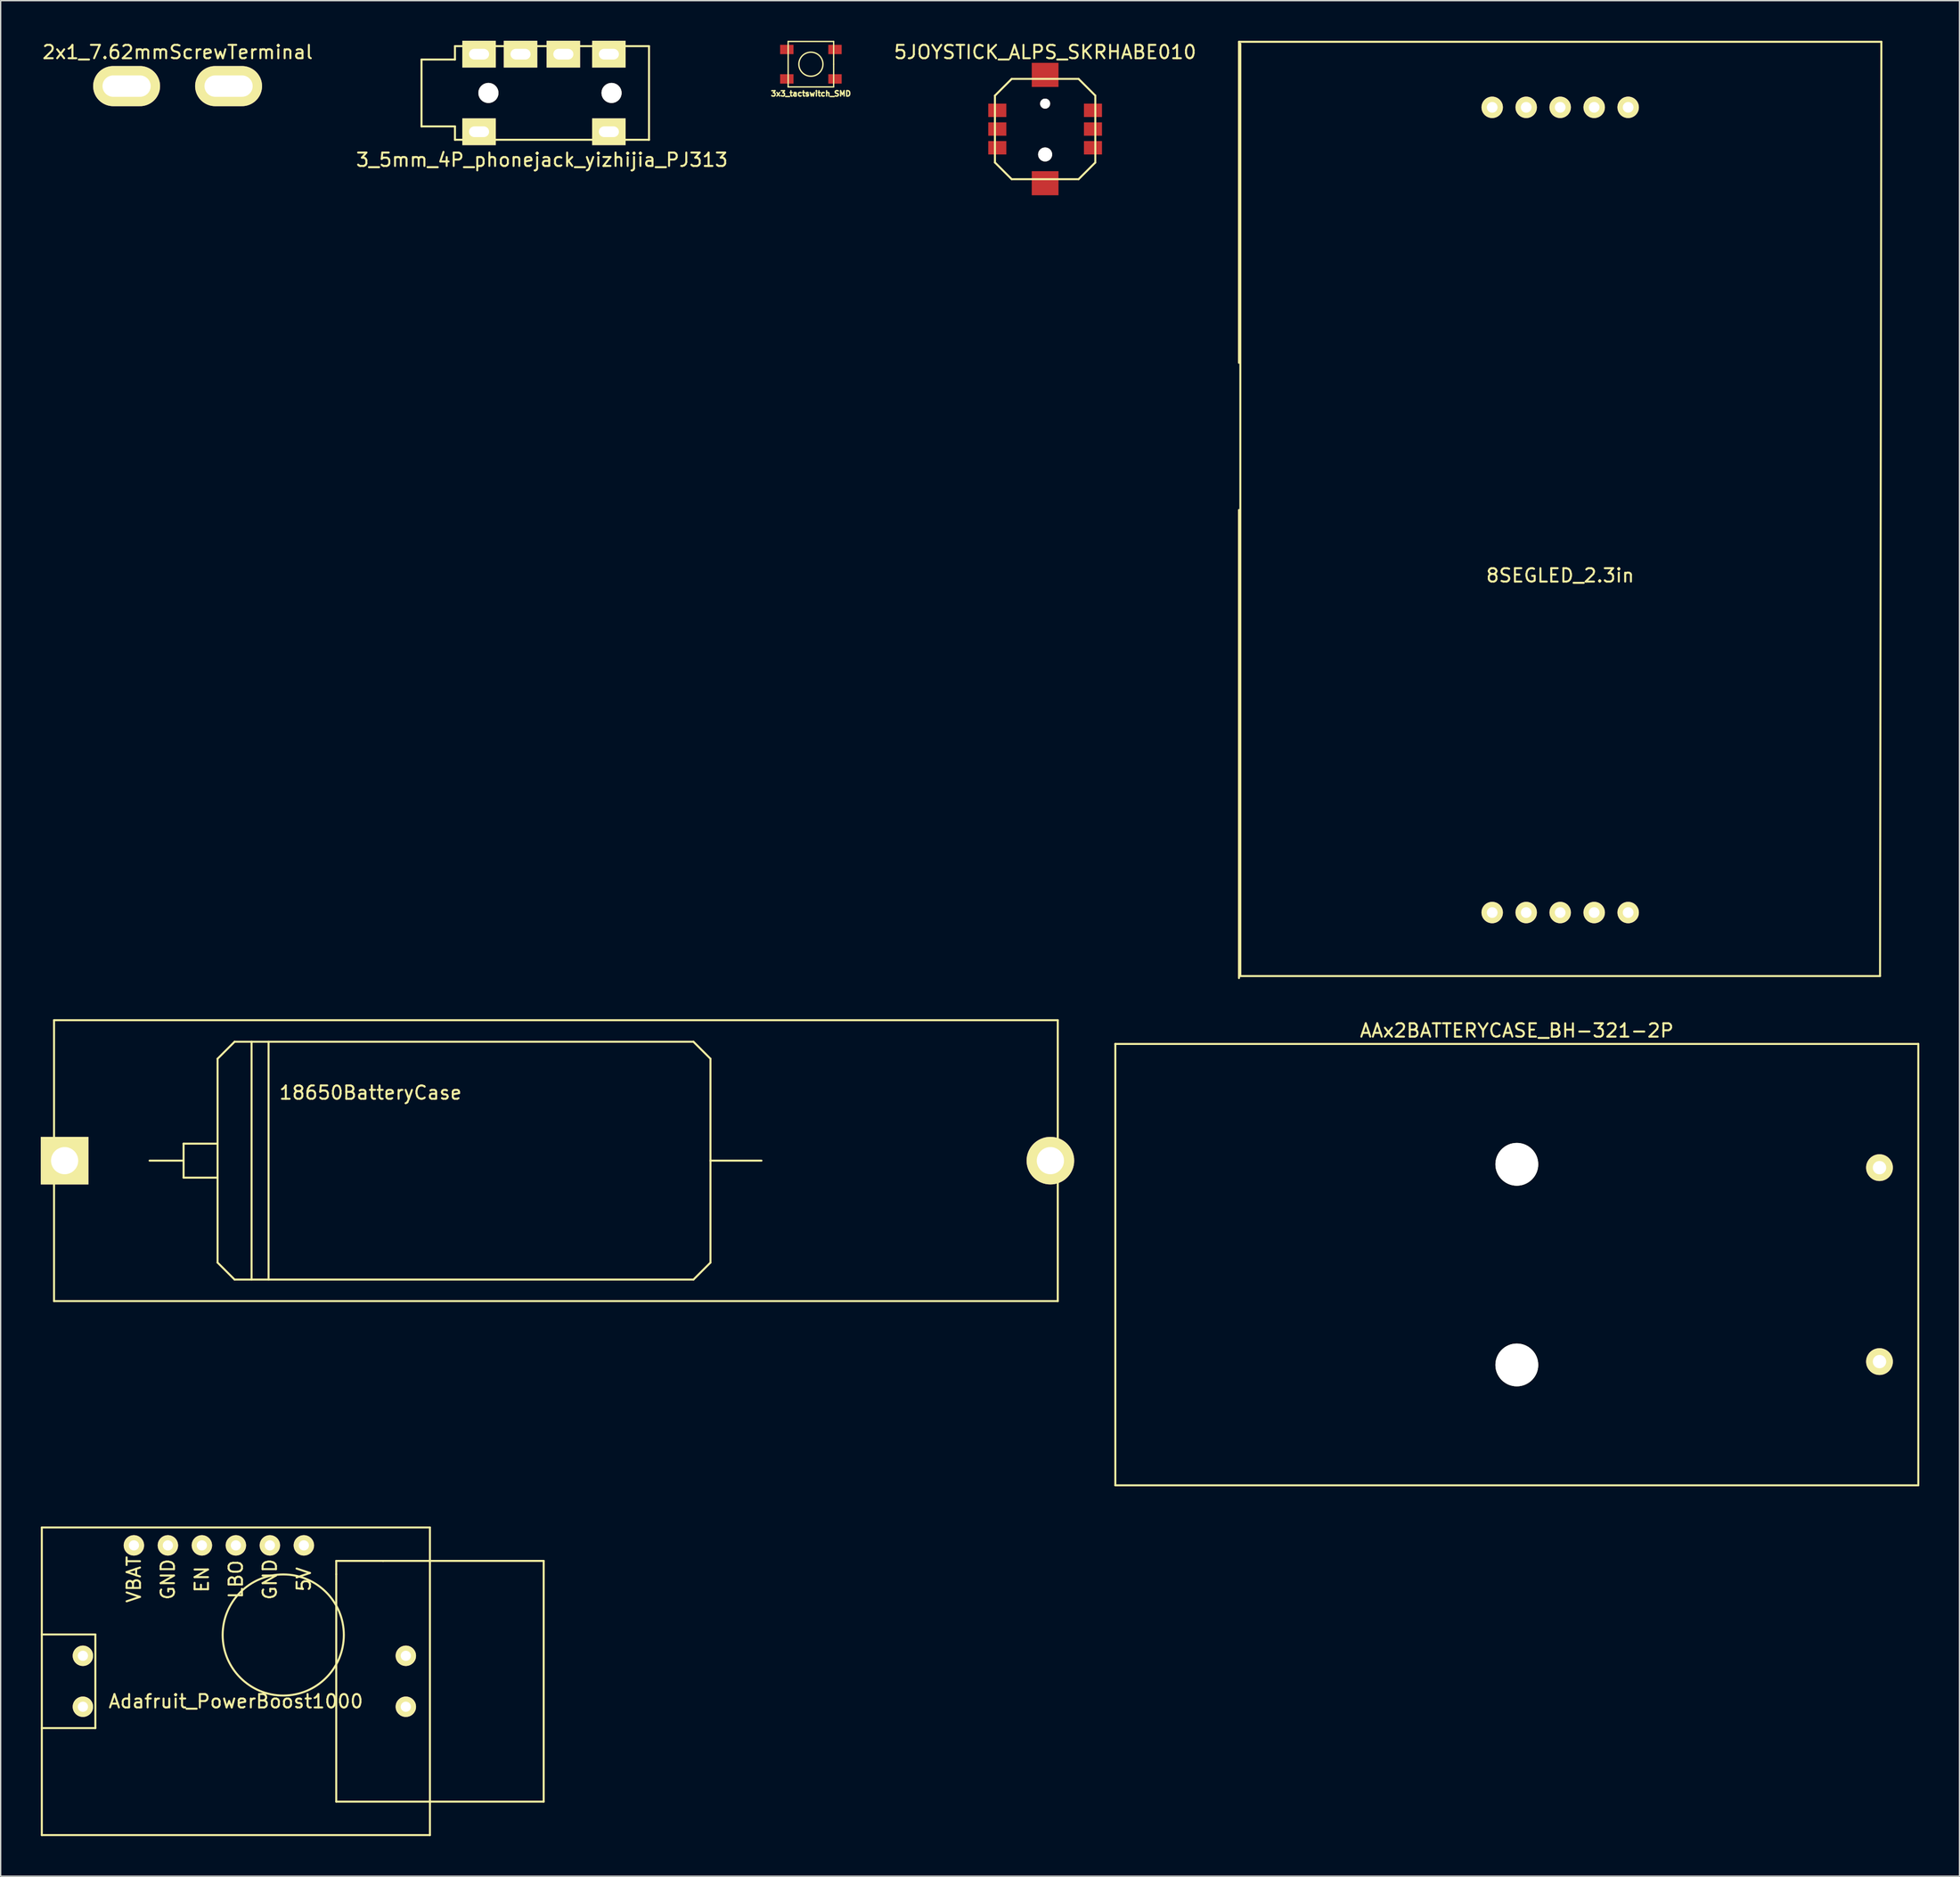
<source format=kicad_pcb>
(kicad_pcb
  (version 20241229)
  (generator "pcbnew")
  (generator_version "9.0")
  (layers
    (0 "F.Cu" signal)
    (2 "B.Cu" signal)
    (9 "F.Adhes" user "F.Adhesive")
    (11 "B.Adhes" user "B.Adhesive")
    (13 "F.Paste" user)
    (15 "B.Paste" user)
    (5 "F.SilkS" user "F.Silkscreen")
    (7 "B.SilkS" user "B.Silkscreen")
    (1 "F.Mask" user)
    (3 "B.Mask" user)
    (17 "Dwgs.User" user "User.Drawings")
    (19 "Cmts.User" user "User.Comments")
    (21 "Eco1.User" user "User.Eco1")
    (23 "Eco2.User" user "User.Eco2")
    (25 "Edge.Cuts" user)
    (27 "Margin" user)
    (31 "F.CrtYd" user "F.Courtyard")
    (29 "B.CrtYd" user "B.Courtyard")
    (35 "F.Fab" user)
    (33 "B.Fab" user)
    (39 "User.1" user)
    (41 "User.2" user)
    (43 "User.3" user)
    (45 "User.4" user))
  (footprint "8SEGLED_2.3in"
    (layer "F.Cu")
    (at 113.531 35.075)
    (property "Reference" "8SEGLED_2.3in" (at 0 4.9 0) (layer "F.SilkS") (effects (font (size 1 1) (thickness 0.15))))
    (attr through_hole)
    (fp_line (start -24 -35) (end -24 -11) (stroke (width 0.15) (type solid)) (layer "F.SilkS"))
    (fp_line (start -24 0) (end -24 35) (stroke (width 0.15) (type solid)) (layer "F.SilkS"))
    (fp_line (start -23.9 -34.85) (end -23.9 34.85) (stroke (width 0.15) (type solid)) (layer "F.SilkS"))
    (fp_line (start 23.9 34.85) (end -23.9 34.85) (stroke (width 0.15) (type solid)) (layer "F.SilkS"))
    (fp_line (start 23.9 34.85) (end 24 -35) (stroke (width 0.15) (type solid)) (layer "F.SilkS"))
    (fp_line (start 24 -35) (end -24 -35) (stroke (width 0.15) (type solid)) (layer "F.SilkS"))
    (pad "1" thru_hole circle (at -5.08 30.1) (size 1.6 1.6) (drill 0.8) (layers "*.Cu" "*.Mask" "F.SilkS"))
    (pad "2" thru_hole circle (at -2.54 30.1) (size 1.6 1.6) (drill 0.8) (layers "*.Cu" "*.Mask" "F.SilkS"))
    (pad "3" thru_hole circle (at 0 30.1) (size 1.6 1.6) (drill 0.8) (layers "*.Cu" "*.Mask" "F.SilkS"))
    (pad "4" thru_hole circle (at 2.54 30.1) (size 1.6 1.6) (drill 0.8) (layers "*.Cu" "*.Mask" "F.SilkS"))
    (pad "5" thru_hole circle (at 5.08 30.1) (size 1.6 1.6) (drill 0.8) (layers "*.Cu" "*.Mask" "F.SilkS"))
    (pad "6" thru_hole circle (at 5.08 -30.1) (size 1.6 1.6) (drill 0.8) (layers "*.Cu" "*.Mask" "F.SilkS"))
    (pad "7" thru_hole circle (at 2.54 -30.1) (size 1.6 1.6) (drill 0.8) (layers "*.Cu" "*.Mask" "F.SilkS"))
    (pad "8" thru_hole circle (at 0 -30.1) (size 1.6 1.6) (drill 0.8) (layers "*.Cu" "*.Mask" "F.SilkS"))
    (pad "9" thru_hole circle (at -2.54 -30.1) (size 1.6 1.6) (drill 0.8) (layers "*.Cu" "*.Mask" "F.SilkS"))
    (pad "10" thru_hole circle (at -5.08 -30.1) (size 1.6 1.6) (drill 0.8) (layers "*.Cu" "*.Mask" "F.SilkS")))
  (footprint "2x1_7.62mmScrewTerminal"
    (layer "F.Cu")
    (at 10.22 3.388)
    (property "Reference" "2x1_7.62mmScrewTerminal" (at 0 -2.54 0) (layer "F.SilkS") (effects (font (size 1 1) (thickness 0.15))))
    (attr through_hole)
    (pad "1" thru_hole oval (at -3.81 0) (size 5 3) (drill oval 3.6 1.6) (layers "*.Cu" "*.Mask" "F.SilkS"))
    (pad "2" thru_hole oval (at 3.81 0) (size 5 3) (drill oval 3.6 1.6) (layers "*.Cu" "*.Mask" "F.SilkS")))
  (footprint "18650BatteryCase"
    (layer "F.Cu")
    (at 30.988 83.725)
    (property "Reference" "18650BatteryCase" (at -6.35 -5.08 0) (layer "F.SilkS") (effects (font (size 1 1) (thickness 0.15))))
    (attr through_hole)
    (fp_line (start -30 -10.5) (end -30 0.5) (stroke (width 0.15) (type solid)) (layer "F.SilkS"))
    (fp_line (start -30 0) (end -30 10.5) (stroke (width 0.15) (type solid)) (layer "F.SilkS"))
    (fp_line (start -30 10.5) (end 45 10.5) (stroke (width 0.15) (type solid)) (layer "F.SilkS"))
    (fp_line (start -20.32 -1.27) (end -20.32 1.27) (stroke (width 0.15) (type solid)) (layer "F.SilkS"))
    (fp_line (start -20.32 0) (end -22.86 0) (stroke (width 0.15) (type solid)) (layer "F.SilkS"))
    (fp_line (start -20.32 1.27) (end -17.78 1.27) (stroke (width 0.15) (type solid)) (layer "F.SilkS"))
    (fp_line (start -17.78 -7.62) (end -17.78 7.62) (stroke (width 0.15) (type solid)) (layer "F.SilkS"))
    (fp_line (start -17.78 -7.62) (end -16.51 -8.89) (stroke (width 0.15) (type solid)) (layer "F.SilkS"))
    (fp_line (start -17.78 -1.27) (end -20.32 -1.27) (stroke (width 0.15) (type solid)) (layer "F.SilkS"))
    (fp_line (start -16.51 -8.89) (end 17.78 -8.89) (stroke (width 0.15) (type solid)) (layer "F.SilkS"))
    (fp_line (start -16.51 8.89) (end -17.78 7.62) (stroke (width 0.15) (type solid)) (layer "F.SilkS"))
    (fp_line (start -15.24 -8.89) (end -15.24 8.89) (stroke (width 0.15) (type solid)) (layer "F.SilkS"))
    (fp_line (start -13.97 -8.89) (end -13.97 8.89) (stroke (width 0.15) (type solid)) (layer "F.SilkS"))
    (fp_line (start 17.78 -8.89) (end 19.05 -7.62) (stroke (width 0.15) (type solid)) (layer "F.SilkS"))
    (fp_line (start 17.78 8.89) (end -16.51 8.89) (stroke (width 0.15) (type solid)) (layer "F.SilkS"))
    (fp_line (start 19.05 -7.62) (end 19.05 7.62) (stroke (width 0.15) (type solid)) (layer "F.SilkS"))
    (fp_line (start 19.05 0) (end 22.86 0) (stroke (width 0.15) (type solid)) (layer "F.SilkS"))
    (fp_line (start 19.05 7.62) (end 17.78 8.89) (stroke (width 0.15) (type solid)) (layer "F.SilkS"))
    (fp_line (start 45 -10.5) (end -30 -10.5) (stroke (width 0.15) (type solid)) (layer "F.SilkS"))
    (fp_line (start 45 10.5) (end 45 -10.5) (stroke (width 0.15) (type solid)) (layer "F.SilkS"))
    (pad "1" thru_hole rect (at -29.21 0) (size 3.556 3.556) (drill 2.032) (layers "*.Cu" "*.Mask" "F.SilkS"))
    (pad "2" thru_hole circle (at 44.45 0) (size 3.556 3.556) (drill 2.032) (layers "*.Cu" "*.Mask" "F.SilkS")))
  (footprint "3_5mm_4P_phonejack_yizhijia_PJ313"
    (layer "F.Cu")
    (at 30.946 3.9)
    (property "Reference" "3_5mm_4P_phonejack_yizhijia_PJ313" (at 6.5 5 0) (layer "F.SilkS") (effects (font (size 1 1) (thickness 0.15))))
    (attr through_hole)
    (fp_line (start -2.5 -2.5) (end 0 -2.5) (stroke (width 0.15) (type solid)) (layer "F.SilkS"))
    (fp_line (start -2.5 2.5) (end -2.5 -2.5) (stroke (width 0.15) (type solid)) (layer "F.SilkS"))
    (fp_line (start 0 -3.5) (end 14.5 -3.5) (stroke (width 0.15) (type solid)) (layer "F.SilkS"))
    (fp_line (start 0 -2.5) (end 0 -3.5) (stroke (width 0.15) (type solid)) (layer "F.SilkS"))
    (fp_line (start 0 2.5) (end -2.5 2.5) (stroke (width 0.15) (type solid)) (layer "F.SilkS"))
    (fp_line (start 0 3.5) (end 0 2.5) (stroke (width 0.15) (type solid)) (layer "F.SilkS"))
    (fp_line (start 14.5 -3.5) (end 14.5 3.5) (stroke (width 0.15) (type solid)) (layer "F.SilkS"))
    (fp_line (start 14.5 3.5) (end 0 3.5) (stroke (width 0.15) (type solid)) (layer "F.SilkS"))
    (pad "" np_thru_hole circle (at 2.5 0) (size 1.5 1.5) (drill 1.5) (layers "*.Cu" "*.Mask" "F.SilkS"))
    (pad "" np_thru_hole circle (at 11.7 0) (size 1.5 1.5) (drill 1.5) (layers "*.Cu" "*.Mask" "F.SilkS"))
    (pad "1" thru_hole rect (at 1.8 -2.9) (size 2.5 2) (drill oval 1.5 0.8) (layers "*.Cu" "*.Mask" "F.SilkS"))
    (pad "1" thru_hole rect (at 1.8 2.9) (size 2.5 2) (drill oval 1.5 0.8) (layers "*.Cu" "*.Mask" "F.SilkS"))
    (pad "2" thru_hole rect (at 11.5 -2.9) (size 2.5 2) (drill oval 1.5 0.8) (layers "*.Cu" "*.Mask" "F.SilkS"))
    (pad "2" thru_hole rect (at 11.5 2.9) (size 2.5 2) (drill oval 1.5 0.8) (layers "*.Cu" "*.Mask" "F.SilkS"))
    (pad "3" thru_hole rect (at 8.1 -2.9) (size 2.5 2) (drill oval 1.5 0.8) (layers "*.Cu" "*.Mask" "F.SilkS"))
    (pad "4" thru_hole rect (at 4.9 -2.9) (size 2.5 2) (drill oval 1.5 0.8) (layers "*.Cu" "*.Mask" "F.SilkS")))
  (footprint "3x3_tactswitch_SMD"
    (layer "F.Cu")
    (at 57.543 1.75)
    (property "Reference" "3x3_tactswitch_SMD" (at 0 2.2 0) (layer "F.SilkS") (effects (font (size 0.4 0.4) (thickness 0.1))))
    (attr through_hole)
    (fp_line (start -1.7 -1.7) (end -1.7 1.7) (stroke (width 0.1) (type solid)) (layer "F.SilkS"))
    (fp_line (start -1.7 1.7) (end 1.7 1.7) (stroke (width 0.1) (type solid)) (layer "F.SilkS"))
    (fp_line (start 1.7 -1.7) (end -1.7 -1.7) (stroke (width 0.1) (type solid)) (layer "F.SilkS"))
    (fp_line (start 1.7 0) (end 1.7 -1.7) (stroke (width 0.1) (type solid)) (layer "F.SilkS"))
    (fp_line (start 1.7 1.7) (end 1.7 0) (stroke (width 0.1) (type solid)) (layer "F.SilkS"))
    (fp_circle (center 0 0) (end 0.9 0) (stroke (width 0.1) (type solid)) (fill no) (layer "F.SilkS"))
    (pad "1" smd rect (at -1.8 -1.1) (size 1 0.7) (layers "F.Cu" "F.Mask" "F.Paste"))
    (pad "1" smd rect (at 1.8 -1.1) (size 1 0.7) (layers "F.Cu" "F.Mask" "F.Paste"))
    (pad "2" smd rect (at -1.8 1.1) (size 1 0.7) (layers "F.Cu" "F.Mask" "F.Paste"))
    (pad "2" smd rect (at 1.8 1.1) (size 1 0.7) (layers "F.Cu" "F.Mask" "F.Paste")))
  (footprint "AAx2BATTERYCASE_BH-321-2P"
    (layer "F.Cu")
    (at 110.291 91.498)
    (property "Reference" "AAx2BATTERYCASE_BH-321-2P" (at 0 -17.5 0) (layer "F.SilkS") (effects (font (size 1 1) (thickness 0.15))))
    (attr through_hole)
    (fp_line (start -30 -16.5) (end 30 -16.5) (stroke (width 0.15) (type solid)) (layer "F.SilkS"))
    (fp_line (start -30 16.5) (end -30 -16.5) (stroke (width 0.15) (type solid)) (layer "F.SilkS"))
    (fp_line (start 30 -16.5) (end 30 16.5) (stroke (width 0.15) (type solid)) (layer "F.SilkS"))
    (fp_line (start 30 16.5) (end -30 16.5) (stroke (width 0.15) (type solid)) (layer "F.SilkS"))
    (pad "" np_thru_hole circle (at 0 -7.5) (size 3.2 3.2) (drill 3.2) (layers "*.Cu" "*.Mask" "F.SilkS"))
    (pad "" np_thru_hole circle (at 0 7.5) (size 3.2 3.2) (drill 3.2) (layers "*.Cu" "*.Mask" "F.SilkS"))
    (pad "1" thru_hole circle (at 27.1 7.25) (size 2 2) (drill 1) (layers "*.Cu" "*.Mask" "F.SilkS"))
    (pad "2" thru_hole circle (at 27.1 -7.25) (size 2 2) (drill 1) (layers "*.Cu" "*.Mask" "F.SilkS")))
  (footprint "Adafruit_PowerBoost1000"
    (layer "F.Cu")
    (at 14.575 122.648)
    (property "Reference" "Adafruit_PowerBoost1000" (at 0 1.5 0) (layer "F.SilkS") (effects (font (size 1 1) (thickness 0.15))))
    (attr through_hole)
    (fp_line (start -14.5 -11.5) (end 14.5 -11.5) (stroke (width 0.15) (type solid)) (layer "F.SilkS"))
    (fp_line (start -14.5 -3.5) (end -10.5 -3.5) (stroke (width 0.15) (type solid)) (layer "F.SilkS"))
    (fp_line (start -14.5 11.5) (end -14.5 -11.5) (stroke (width 0.15) (type solid)) (layer "F.SilkS"))
    (fp_line (start -10.5 -3.5) (end -10.5 3.5) (stroke (width 0.15) (type solid)) (layer "F.SilkS"))
    (fp_line (start -10.5 3.5) (end -14.5 3.5) (stroke (width 0.15) (type solid)) (layer "F.SilkS"))
    (fp_line (start 7.5 -9) (end 11 -9) (stroke (width 0.15) (type solid)) (layer "F.SilkS"))
    (fp_line (start 7.5 -8) (end 7.5 -9) (stroke (width 0.15) (type solid)) (layer "F.SilkS"))
    (fp_line (start 7.5 9) (end 7.5 -8) (stroke (width 0.15) (type solid)) (layer "F.SilkS"))
    (fp_line (start 11 -9) (end 23 -9) (stroke (width 0.15) (type solid)) (layer "F.SilkS"))
    (fp_line (start 14.5 -11.5) (end 14.5 11.5) (stroke (width 0.15) (type solid)) (layer "F.SilkS"))
    (fp_line (start 14.5 11.5) (end -14.5 11.5) (stroke (width 0.15) (type solid)) (layer "F.SilkS"))
    (fp_line (start 23 -9) (end 23 9) (stroke (width 0.15) (type solid)) (layer "F.SilkS"))
    (fp_line (start 23 9) (end 7.5 9) (stroke (width 0.15) (type solid)) (layer "F.SilkS"))
    (fp_circle (center 3.54 -3.46) (end 8.04 -2.96) (stroke (width 0.15) (type solid)) (fill no) (layer "F.SilkS"))
    (fp_text user "VBAT" (at -7.62 -7.62 90) (layer "F.SilkS") (effects (font (size 1 1) (thickness 0.15))))
    (fp_text user "EN" (at -2.54 -7.62 90) (layer "F.SilkS") (effects (font (size 1 1) (thickness 0.15))))
    (fp_text user "LBO" (at 0 -7.62 90) (layer "F.SilkS") (effects (font (size 1 1) (thickness 0.15))))
    (fp_text user "GND" (at -5.08 -7.62 90) (layer "F.SilkS") (effects (font (size 1 1) (thickness 0.15))))
    (fp_text user "GND" (at 2.54 -7.62 90) (layer "F.SilkS") (effects (font (size 1 1) (thickness 0.15))))
    (fp_text user "5V" (at 5.08 -7.62 90) (layer "F.SilkS") (effects (font (size 1 1) (thickness 0.15))))
    (pad "1" thru_hole circle (at -7.62 -10.16) (size 1.524 1.524) (drill 0.762) (layers "*.Cu" "*.Mask" "F.SilkS"))
    (pad "2" thru_hole circle (at -5.08 -10.16) (size 1.524 1.524) (drill 0.762) (layers "*.Cu" "*.Mask" "F.SilkS"))
    (pad "3" thru_hole circle (at -2.54 -10.16) (size 1.524 1.524) (drill 0.762) (layers "*.Cu" "*.Mask" "F.SilkS"))
    (pad "4" thru_hole circle (at 0 -10.16) (size 1.524 1.524) (drill 0.762) (layers "*.Cu" "*.Mask" "F.SilkS"))
    (pad "5" thru_hole circle (at 2.54 -10.16) (size 1.524 1.524) (drill 0.762) (layers "*.Cu" "*.Mask" "F.SilkS"))
    (pad "6" thru_hole circle (at 5.08 -10.16) (size 1.524 1.524) (drill 0.762) (layers "*.Cu" "*.Mask" "F.SilkS"))
    (pad "GND" thru_hole circle (at -11.43 1.905) (size 1.524 1.524) (drill 0.762) (layers "*.Cu" "*.Mask" "F.SilkS"))
    (pad "GND" thru_hole circle (at 12.7 -1.905) (size 1.524 1.524) (drill 0.762) (layers "*.Cu" "*.Mask" "F.SilkS"))
    (pad "VBAT" thru_hole circle (at -11.43 -1.905) (size 1.524 1.524) (drill 0.762) (layers "*.Cu" "*.Mask" "F.SilkS"))
    (pad "VOUT" thru_hole circle (at 12.7 1.905) (size 1.524 1.524) (drill 0.762) (layers "*.Cu" "*.Mask" "F.SilkS")))
  (footprint "5JOYSTICK_ALPS_SKRHABE010"
    (layer "F.Cu")
    (at 75.045 6.598)
    (property "Reference" "5JOYSTICK_ALPS_SKRHABE010" (at 0 -5.75 0) (layer "F.SilkS") (effects (font (size 1 1) (thickness 0.15))))
    (attr through_hole)
    (fp_line (start -3.75 -2.5) (end -3.75 2.5) (stroke (width 0.15) (type solid)) (layer "F.SilkS"))
    (fp_line (start -3.75 2.5) (end -2.5 3.75) (stroke (width 0.15) (type solid)) (layer "F.SilkS"))
    (fp_line (start -2.5 -3.75) (end -3.75 -2.5) (stroke (width 0.15) (type solid)) (layer "F.SilkS"))
    (fp_line (start -2.5 3.75) (end 2.5 3.75) (stroke (width 0.15) (type solid)) (layer "F.SilkS"))
    (fp_line (start 2.5 -3.75) (end -2.5 -3.75) (stroke (width 0.15) (type solid)) (layer "F.SilkS"))
    (fp_line (start 2.5 3.75) (end 3.75 2.5) (stroke (width 0.15) (type solid)) (layer "F.SilkS"))
    (fp_line (start 3.75 -2.5) (end 2.5 -3.75) (stroke (width 0.15) (type solid)) (layer "F.SilkS"))
    (fp_line (start 3.75 2.5) (end 3.75 -2.5) (stroke (width 0.15) (type solid)) (layer "F.SilkS"))
    (pad "" smd rect (at 0 -4.05) (size 2 1.8) (layers "F.Cu" "F.Mask" "F.Paste"))
    (pad "" np_thru_hole circle (at 0 -1.9) (size 0.75 0.75) (drill 0.75) (layers "*.Cu" "*.Mask" "F.SilkS"))
    (pad "" np_thru_hole circle (at 0 1.9) (size 1.05 1.05) (drill 1.05) (layers "*.Cu" "*.Mask" "F.SilkS"))
    (pad "" smd rect (at 0 4.05) (size 2 1.8) (layers "F.Cu" "F.Mask" "F.Paste"))
    (pad "1" smd rect (at -3.575 -1.4) (size 1.35 1) (layers "F.Cu" "F.Mask" "F.Paste"))
    (pad "2" smd rect (at -3.575 0) (size 1.35 1) (layers "F.Cu" "F.Mask" "F.Paste"))
    (pad "3" smd rect (at -3.575 1.4) (size 1.35 1) (layers "F.Cu" "F.Mask" "F.Paste"))
    (pad "4" smd rect (at 3.575 -1.4) (size 1.35 1) (layers "F.Cu" "F.Mask" "F.Paste"))
    (pad "5" smd rect (at 3.575 0) (size 1.35 1) (layers "F.Cu" "F.Mask" "F.Paste"))
    (pad "6" smd rect (at 3.575 1.4) (size 1.35 1) (layers "F.Cu" "F.Mask" "F.Paste")))
  (gr_rect
    (start -3 -3)
    (end 143.366 137.223)
    (stroke (width 0.1) (type default))
    (fill no)
    (layer "Edge.Cuts")))
</source>
